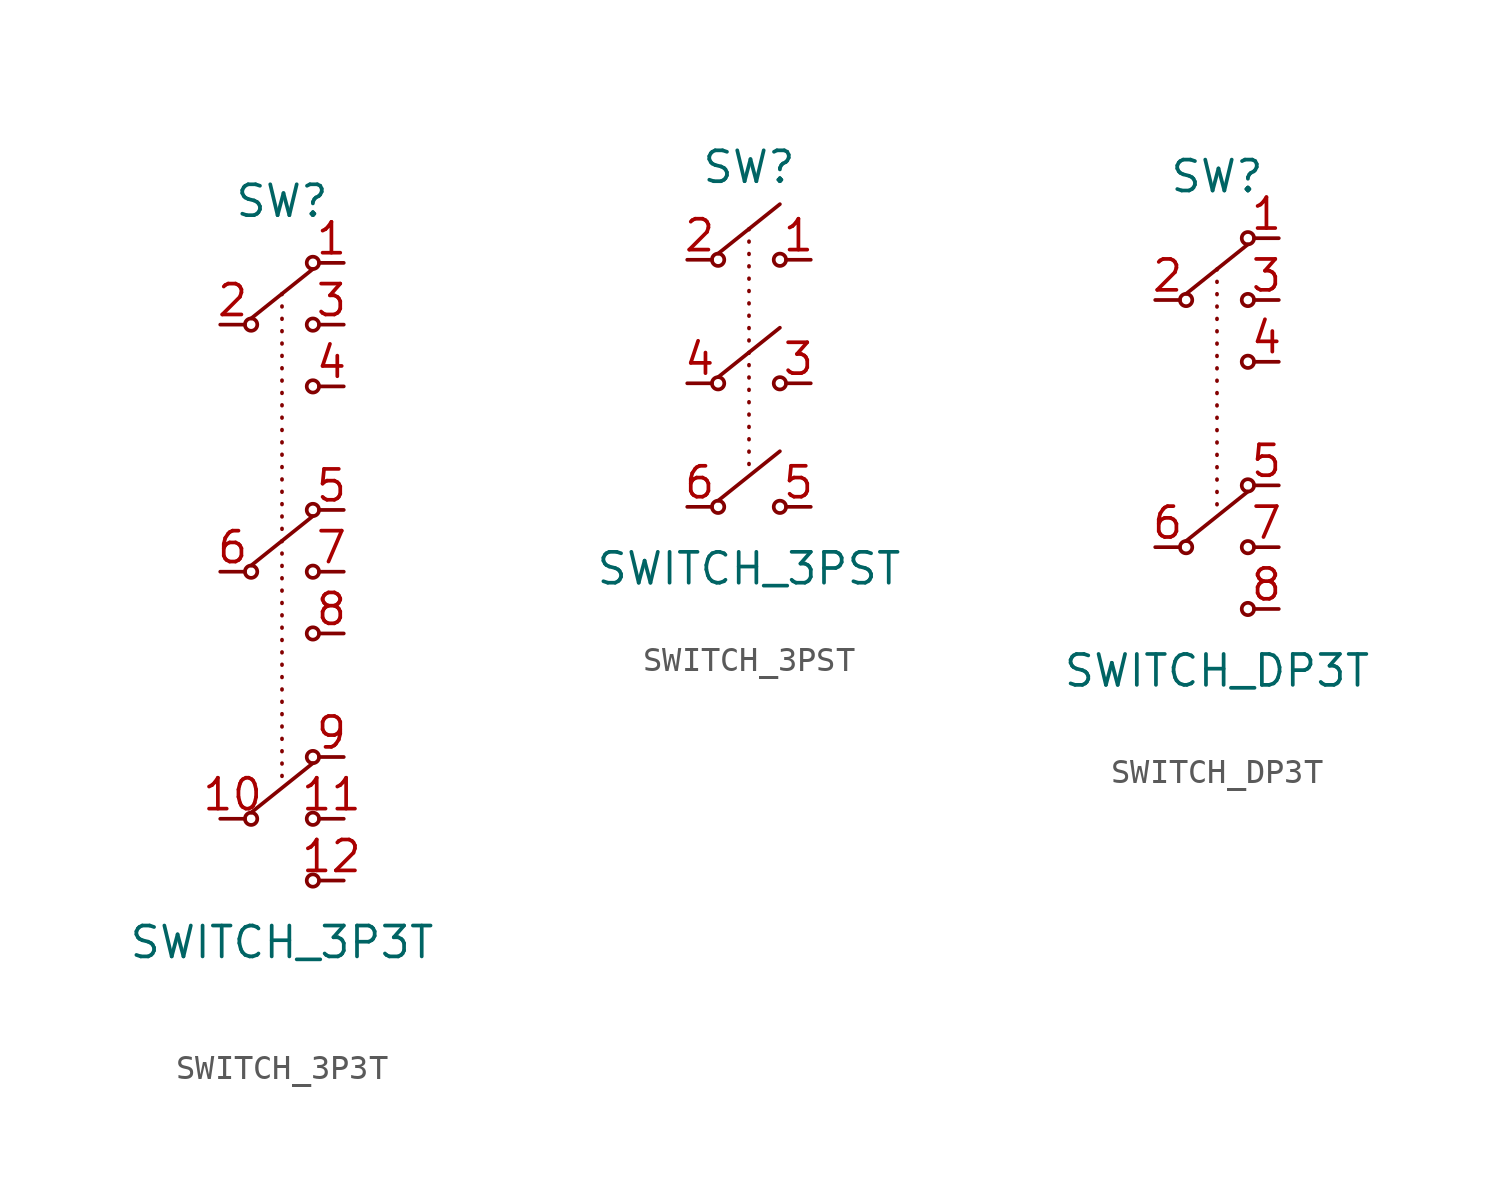
<source format=kicad_sym>
(kicad_symbol_lib
  (version 20211014)
  (generator agg_kicad.build_lib_switch)
  (symbol "SWITCH_3P3T"
    (pin_names hide)
    (property Reference SW
      (at 0 15.24 0)
      (effects (font (size 1.27 1.27))))
    (property Value "SWITCH_3P3T"
      (at 0 -15.24 0)
      (effects (font (size 1.27 1.27))))
    (polyline
      (pts (xy -1.27 10.414) (xy 1.27 12.446))
      (stroke (width 0) (type default) (color 0 0 0 0))
      (fill (type none)))
    (circle
      (center -1.27 10.16)
      (radius 0.254)
      (stroke (width 0) (type default) (color 0 0 0 0))
      (fill (type none)))
    (circle
      (center 1.27 12.7)
      (radius 0.254)
      (stroke (width 0) (type default) (color 0 0 0 0))
      (fill (type none)))
    (circle
      (center 1.27 10.16)
      (radius 0.254)
      (stroke (width 0) (type default) (color 0 0 0 0))
      (fill (type none)))
    (circle
      (center 1.27 7.62)
      (radius 0.254)
      (stroke (width 0) (type default) (color 0 0 0 0))
      (fill (type none)))
    (polyline
      (pts (xy -1.27 0.254) (xy 1.27 2.286))
      (stroke (width 0) (type default) (color 0 0 0 0))
      (fill (type none)))
    (circle
      (center -1.27 0)
      (radius 0.254)
      (stroke (width 0) (type default) (color 0 0 0 0))
      (fill (type none)))
    (circle
      (center 1.27 2.54)
      (radius 0.254)
      (stroke (width 0) (type default) (color 0 0 0 0))
      (fill (type none)))
    (circle
      (center 1.27 0)
      (radius 0.254)
      (stroke (width 0) (type default) (color 0 0 0 0))
      (fill (type none)))
    (circle
      (center 1.27 -2.54)
      (radius 0.254)
      (stroke (width 0) (type default) (color 0 0 0 0))
      (fill (type none)))
    (polyline
      (pts (xy -1.27 -9.906) (xy 1.27 -7.874))
      (stroke (width 0) (type default) (color 0 0 0 0))
      (fill (type none)))
    (circle
      (center -1.27 -10.16)
      (radius 0.254)
      (stroke (width 0) (type default) (color 0 0 0 0))
      (fill (type none)))
    (circle
      (center 1.27 -7.62)
      (radius 0.254)
      (stroke (width 0) (type default) (color 0 0 0 0))
      (fill (type none)))
    (circle
      (center 1.27 -10.16)
      (radius 0.254)
      (stroke (width 0) (type default) (color 0 0 0 0))
      (fill (type none)))
    (circle
      (center 1.27 -12.7)
      (radius 0.254)
      (stroke (width 0) (type default) (color 0 0 0 0))
      (fill (type none)))
    (polyline
      (pts (xy 0 11.43) (xy 0 11.303))
      (stroke (width 0) (type dot) (color 0 0 0 0))
      (fill (type none)))
    (polyline
      (pts (xy 0 10.922) (xy 0 10.795))
      (stroke (width 0) (type dot) (color 0 0 0 0))
      (fill (type none)))
    (polyline
      (pts (xy 0 10.414) (xy 0 10.287))
      (stroke (width 0) (type dot) (color 0 0 0 0))
      (fill (type none)))
    (polyline
      (pts (xy 0 9.906) (xy 0 9.779))
      (stroke (width 0) (type dot) (color 0 0 0 0))
      (fill (type none)))
    (polyline
      (pts (xy 0 9.398) (xy 0 9.271))
      (stroke (width 0) (type dot) (color 0 0 0 0))
      (fill (type none)))
    (polyline
      (pts (xy 0 8.89) (xy 0 8.763))
      (stroke (width 0) (type dot) (color 0 0 0 0))
      (fill (type none)))
    (polyline
      (pts (xy 0 8.382) (xy 0 8.255))
      (stroke (width 0) (type dot) (color 0 0 0 0))
      (fill (type none)))
    (polyline
      (pts (xy 0 7.874) (xy 0 7.747))
      (stroke (width 0) (type dot) (color 0 0 0 0))
      (fill (type none)))
    (polyline
      (pts (xy 0 7.366) (xy 0 7.239))
      (stroke (width 0) (type dot) (color 0 0 0 0))
      (fill (type none)))
    (polyline
      (pts (xy 0 6.858) (xy 0 6.731))
      (stroke (width 0) (type dot) (color 0 0 0 0))
      (fill (type none)))
    (polyline
      (pts (xy 0 6.35) (xy 0 6.223))
      (stroke (width 0) (type dot) (color 0 0 0 0))
      (fill (type none)))
    (polyline
      (pts (xy 0 5.842) (xy 0 5.715))
      (stroke (width 0) (type dot) (color 0 0 0 0))
      (fill (type none)))
    (polyline
      (pts (xy 0 5.334) (xy 0 5.207))
      (stroke (width 0) (type dot) (color 0 0 0 0))
      (fill (type none)))
    (polyline
      (pts (xy 0 4.826) (xy 0 4.699))
      (stroke (width 0) (type dot) (color 0 0 0 0))
      (fill (type none)))
    (polyline
      (pts (xy 0 4.318) (xy 0 4.191))
      (stroke (width 0) (type dot) (color 0 0 0 0))
      (fill (type none)))
    (polyline
      (pts (xy 0 3.81) (xy 0 3.683))
      (stroke (width 0) (type dot) (color 0 0 0 0))
      (fill (type none)))
    (polyline
      (pts (xy 0 3.302) (xy 0 3.175))
      (stroke (width 0) (type dot) (color 0 0 0 0))
      (fill (type none)))
    (polyline
      (pts (xy 0 2.794) (xy 0 2.667))
      (stroke (width 0) (type dot) (color 0 0 0 0))
      (fill (type none)))
    (polyline
      (pts (xy 0 2.286) (xy 0 2.159))
      (stroke (width 0) (type dot) (color 0 0 0 0))
      (fill (type none)))
    (polyline
      (pts (xy 0 1.778) (xy 0 1.651))
      (stroke (width 0) (type dot) (color 0 0 0 0))
      (fill (type none)))
    (polyline
      (pts (xy 0 1.27) (xy 0 1.143))
      (stroke (width 0) (type dot) (color 0 0 0 0))
      (fill (type none)))
    (polyline
      (pts (xy 0 0.762) (xy 0 0.635))
      (stroke (width 0) (type dot) (color 0 0 0 0))
      (fill (type none)))
    (polyline
      (pts (xy 0 0.254) (xy 0 0.127))
      (stroke (width 0) (type dot) (color 0 0 0 0))
      (fill (type none)))
    (polyline
      (pts (xy 0 -0.254) (xy 0 -0.381))
      (stroke (width 0) (type dot) (color 0 0 0 0))
      (fill (type none)))
    (polyline
      (pts (xy 0 -0.762) (xy 0 -0.889))
      (stroke (width 0) (type dot) (color 0 0 0 0))
      (fill (type none)))
    (polyline
      (pts (xy 0 -1.27) (xy 0 -1.397))
      (stroke (width 0) (type dot) (color 0 0 0 0))
      (fill (type none)))
    (polyline
      (pts (xy 0 -1.778) (xy 0 -1.905))
      (stroke (width 0) (type dot) (color 0 0 0 0))
      (fill (type none)))
    (polyline
      (pts (xy 0 -2.286) (xy 0 -2.413))
      (stroke (width 0) (type dot) (color 0 0 0 0))
      (fill (type none)))
    (polyline
      (pts (xy 0 -2.794) (xy 0 -2.921))
      (stroke (width 0) (type dot) (color 0 0 0 0))
      (fill (type none)))
    (polyline
      (pts (xy 0 -3.302) (xy 0 -3.429))
      (stroke (width 0) (type dot) (color 0 0 0 0))
      (fill (type none)))
    (polyline
      (pts (xy 0 -3.81) (xy 0 -3.937))
      (stroke (width 0) (type dot) (color 0 0 0 0))
      (fill (type none)))
    (polyline
      (pts (xy 0 -4.318) (xy 0 -4.445))
      (stroke (width 0) (type dot) (color 0 0 0 0))
      (fill (type none)))
    (polyline
      (pts (xy 0 -4.826) (xy 0 -4.953))
      (stroke (width 0) (type dot) (color 0 0 0 0))
      (fill (type none)))
    (polyline
      (pts (xy 0 -5.334) (xy 0 -5.461))
      (stroke (width 0) (type dot) (color 0 0 0 0))
      (fill (type none)))
    (polyline
      (pts (xy 0 -5.842) (xy 0 -5.969))
      (stroke (width 0) (type dot) (color 0 0 0 0))
      (fill (type none)))
    (polyline
      (pts (xy 0 -6.35) (xy 0 -6.477))
      (stroke (width 0) (type dot) (color 0 0 0 0))
      (fill (type none)))
    (polyline
      (pts (xy 0 -6.858) (xy 0 -6.985))
      (stroke (width 0) (type dot) (color 0 0 0 0))
      (fill (type none)))
    (polyline
      (pts (xy 0 -7.366) (xy 0 -7.493))
      (stroke (width 0) (type dot) (color 0 0 0 0))
      (fill (type none)))
    (polyline
      (pts (xy 0 -7.874) (xy 0 -8.001))
      (stroke (width 0) (type dot) (color 0 0 0 0))
      (fill (type none)))
    (polyline
      (pts (xy 0 -8.382) (xy 0 -8.509))
      (stroke (width 0) (type dot) (color 0 0 0 0))
      (fill (type none)))
    (pin passive line
      (at -2.54 10.16 0)
      (length 1.016)
      (name "" (effects (font (size 1.27 1.27))))
      (number "2" (effects (font (size 1.27 1.27)))))
    (pin passive line
      (at 2.54 12.7 180)
      (length 1.016)
      (name "" (effects (font (size 1.27 1.27))))
      (number "1" (effects (font (size 1.27 1.27)))))
    (pin passive line
      (at 2.54 10.16 180)
      (length 1.016)
      (name "" (effects (font (size 1.27 1.27))))
      (number "3" (effects (font (size 1.27 1.27)))))
    (pin passive line
      (at 2.54 7.62 180)
      (length 1.016)
      (name "" (effects (font (size 1.27 1.27))))
      (number "4" (effects (font (size 1.27 1.27)))))
    (pin passive line
      (at -2.54 0 0)
      (length 1.016)
      (name "" (effects (font (size 1.27 1.27))))
      (number "6" (effects (font (size 1.27 1.27)))))
    (pin passive line
      (at 2.54 2.54 180)
      (length 1.016)
      (name "" (effects (font (size 1.27 1.27))))
      (number "5" (effects (font (size 1.27 1.27)))))
    (pin passive line
      (at 2.54 0 180)
      (length 1.016)
      (name "" (effects (font (size 1.27 1.27))))
      (number "7" (effects (font (size 1.27 1.27)))))
    (pin passive line
      (at 2.54 -2.54 180)
      (length 1.016)
      (name "" (effects (font (size 1.27 1.27))))
      (number "8" (effects (font (size 1.27 1.27)))))
    (pin passive line
      (at -2.54 -10.16 0)
      (length 1.016)
      (name "" (effects (font (size 1.27 1.27))))
      (number "10" (effects (font (size 1.27 1.27)))))
    (pin passive line
      (at 2.54 -7.62 180)
      (length 1.016)
      (name "" (effects (font (size 1.27 1.27))))
      (number "9" (effects (font (size 1.27 1.27)))))
    (pin passive line
      (at 2.54 -10.16 180)
      (length 1.016)
      (name "" (effects (font (size 1.27 1.27))))
      (number "11" (effects (font (size 1.27 1.27)))))
    (pin passive line
      (at 2.54 -12.7 180)
      (length 1.016)
      (name "" (effects (font (size 1.27 1.27))))
      (number "12" (effects (font (size 1.27 1.27))))))
  (symbol "SWITCH_3PST"
    (pin_names hide)
    (property Reference SW
      (at 0 8.89 0)
      (effects (font (size 1.27 1.27))))
    (property Value "SWITCH_3PST"
      (at 0 -7.62 0)
      (effects (font (size 1.27 1.27))))
    (polyline
      (pts (xy -1.27 5.334) (xy 1.27 7.366))
      (stroke (width 0) (type default) (color 0 0 0 0))
      (fill (type none)))
    (circle
      (center -1.27 5.08)
      (radius 0.254)
      (stroke (width 0) (type default) (color 0 0 0 0))
      (fill (type none)))
    (circle
      (center 1.27 5.08)
      (radius 0.254)
      (stroke (width 0) (type default) (color 0 0 0 0))
      (fill (type none)))
    (polyline
      (pts (xy -1.27 0.254) (xy 1.27 2.286))
      (stroke (width 0) (type default) (color 0 0 0 0))
      (fill (type none)))
    (circle
      (center -1.27 0)
      (radius 0.254)
      (stroke (width 0) (type default) (color 0 0 0 0))
      (fill (type none)))
    (circle
      (center 1.27 0)
      (radius 0.254)
      (stroke (width 0) (type default) (color 0 0 0 0))
      (fill (type none)))
    (polyline
      (pts (xy -1.27 -4.826) (xy 1.27 -2.794))
      (stroke (width 0) (type default) (color 0 0 0 0))
      (fill (type none)))
    (circle
      (center -1.27 -5.08)
      (radius 0.254)
      (stroke (width 0) (type default) (color 0 0 0 0))
      (fill (type none)))
    (circle
      (center 1.27 -5.08)
      (radius 0.254)
      (stroke (width 0) (type default) (color 0 0 0 0))
      (fill (type none)))
    (polyline
      (pts (xy 0 6.35) (xy 0 6.223))
      (stroke (width 0) (type dot) (color 0 0 0 0))
      (fill (type none)))
    (polyline
      (pts (xy 0 5.842) (xy 0 5.715))
      (stroke (width 0) (type dot) (color 0 0 0 0))
      (fill (type none)))
    (polyline
      (pts (xy 0 5.334) (xy 0 5.207))
      (stroke (width 0) (type dot) (color 0 0 0 0))
      (fill (type none)))
    (polyline
      (pts (xy 0 4.826) (xy 0 4.699))
      (stroke (width 0) (type dot) (color 0 0 0 0))
      (fill (type none)))
    (polyline
      (pts (xy 0 4.318) (xy 0 4.191))
      (stroke (width 0) (type dot) (color 0 0 0 0))
      (fill (type none)))
    (polyline
      (pts (xy 0 3.81) (xy 0 3.683))
      (stroke (width 0) (type dot) (color 0 0 0 0))
      (fill (type none)))
    (polyline
      (pts (xy 0 3.302) (xy 0 3.175))
      (stroke (width 0) (type dot) (color 0 0 0 0))
      (fill (type none)))
    (polyline
      (pts (xy 0 2.794) (xy 0 2.667))
      (stroke (width 0) (type dot) (color 0 0 0 0))
      (fill (type none)))
    (polyline
      (pts (xy 0 2.286) (xy 0 2.159))
      (stroke (width 0) (type dot) (color 0 0 0 0))
      (fill (type none)))
    (polyline
      (pts (xy 0 1.778) (xy 0 1.651))
      (stroke (width 0) (type dot) (color 0 0 0 0))
      (fill (type none)))
    (polyline
      (pts (xy 0 1.27) (xy 0 1.143))
      (stroke (width 0) (type dot) (color 0 0 0 0))
      (fill (type none)))
    (polyline
      (pts (xy 0 0.762) (xy 0 0.635))
      (stroke (width 0) (type dot) (color 0 0 0 0))
      (fill (type none)))
    (polyline
      (pts (xy 0 0.254) (xy 0 0.127))
      (stroke (width 0) (type dot) (color 0 0 0 0))
      (fill (type none)))
    (polyline
      (pts (xy 0 -0.254) (xy 0 -0.381))
      (stroke (width 0) (type dot) (color 0 0 0 0))
      (fill (type none)))
    (polyline
      (pts (xy 0 -0.762) (xy 0 -0.889))
      (stroke (width 0) (type dot) (color 0 0 0 0))
      (fill (type none)))
    (polyline
      (pts (xy 0 -1.27) (xy 0 -1.397))
      (stroke (width 0) (type dot) (color 0 0 0 0))
      (fill (type none)))
    (polyline
      (pts (xy 0 -1.778) (xy 0 -1.905))
      (stroke (width 0) (type dot) (color 0 0 0 0))
      (fill (type none)))
    (polyline
      (pts (xy 0 -2.286) (xy 0 -2.413))
      (stroke (width 0) (type dot) (color 0 0 0 0))
      (fill (type none)))
    (polyline
      (pts (xy 0 -2.794) (xy 0 -2.921))
      (stroke (width 0) (type dot) (color 0 0 0 0))
      (fill (type none)))
    (polyline
      (pts (xy 0 -3.302) (xy 0 -3.429))
      (stroke (width 0) (type dot) (color 0 0 0 0))
      (fill (type none)))
    (pin passive line
      (at -2.54 5.08 0)
      (length 1.016)
      (name "" (effects (font (size 1.27 1.27))))
      (number "2" (effects (font (size 1.27 1.27)))))
    (pin passive line
      (at 2.54 5.08 180)
      (length 1.016)
      (name "" (effects (font (size 1.27 1.27))))
      (number "1" (effects (font (size 1.27 1.27)))))
    (pin passive line
      (at -2.54 0 0)
      (length 1.016)
      (name "" (effects (font (size 1.27 1.27))))
      (number "4" (effects (font (size 1.27 1.27)))))
    (pin passive line
      (at 2.54 0 180)
      (length 1.016)
      (name "" (effects (font (size 1.27 1.27))))
      (number "3" (effects (font (size 1.27 1.27)))))
    (pin passive line
      (at -2.54 -5.08 0)
      (length 1.016)
      (name "" (effects (font (size 1.27 1.27))))
      (number "6" (effects (font (size 1.27 1.27)))))
    (pin passive line
      (at 2.54 -5.08 180)
      (length 1.016)
      (name "" (effects (font (size 1.27 1.27))))
      (number "5" (effects (font (size 1.27 1.27))))))
  (symbol "SWITCH_DP3T"
    (pin_names hide)
    (property Reference SW
      (at 0 10.16 0)
      (effects (font (size 1.27 1.27))))
    (property Value "SWITCH_DP3T"
      (at 0 -10.16 0)
      (effects (font (size 1.27 1.27))))
    (polyline
      (pts (xy -1.27 5.334) (xy 1.27 7.366))
      (stroke (width 0) (type default) (color 0 0 0 0))
      (fill (type none)))
    (circle
      (center -1.27 5.08)
      (radius 0.254)
      (stroke (width 0) (type default) (color 0 0 0 0))
      (fill (type none)))
    (circle
      (center 1.27 7.62)
      (radius 0.254)
      (stroke (width 0) (type default) (color 0 0 0 0))
      (fill (type none)))
    (circle
      (center 1.27 5.08)
      (radius 0.254)
      (stroke (width 0) (type default) (color 0 0 0 0))
      (fill (type none)))
    (circle
      (center 1.27 2.54)
      (radius 0.254)
      (stroke (width 0) (type default) (color 0 0 0 0))
      (fill (type none)))
    (polyline
      (pts (xy -1.27 -4.826) (xy 1.27 -2.794))
      (stroke (width 0) (type default) (color 0 0 0 0))
      (fill (type none)))
    (circle
      (center -1.27 -5.08)
      (radius 0.254)
      (stroke (width 0) (type default) (color 0 0 0 0))
      (fill (type none)))
    (circle
      (center 1.27 -2.54)
      (radius 0.254)
      (stroke (width 0) (type default) (color 0 0 0 0))
      (fill (type none)))
    (circle
      (center 1.27 -5.08)
      (radius 0.254)
      (stroke (width 0) (type default) (color 0 0 0 0))
      (fill (type none)))
    (circle
      (center 1.27 -7.62)
      (radius 0.254)
      (stroke (width 0) (type default) (color 0 0 0 0))
      (fill (type none)))
    (polyline
      (pts (xy 0 6.35) (xy 0 6.223))
      (stroke (width 0) (type dot) (color 0 0 0 0))
      (fill (type none)))
    (polyline
      (pts (xy 0 5.842) (xy 0 5.715))
      (stroke (width 0) (type dot) (color 0 0 0 0))
      (fill (type none)))
    (polyline
      (pts (xy 0 5.334) (xy 0 5.207))
      (stroke (width 0) (type dot) (color 0 0 0 0))
      (fill (type none)))
    (polyline
      (pts (xy 0 4.826) (xy 0 4.699))
      (stroke (width 0) (type dot) (color 0 0 0 0))
      (fill (type none)))
    (polyline
      (pts (xy 0 4.318) (xy 0 4.191))
      (stroke (width 0) (type dot) (color 0 0 0 0))
      (fill (type none)))
    (polyline
      (pts (xy 0 3.81) (xy 0 3.683))
      (stroke (width 0) (type dot) (color 0 0 0 0))
      (fill (type none)))
    (polyline
      (pts (xy 0 3.302) (xy 0 3.175))
      (stroke (width 0) (type dot) (color 0 0 0 0))
      (fill (type none)))
    (polyline
      (pts (xy 0 2.794) (xy 0 2.667))
      (stroke (width 0) (type dot) (color 0 0 0 0))
      (fill (type none)))
    (polyline
      (pts (xy 0 2.286) (xy 0 2.159))
      (stroke (width 0) (type dot) (color 0 0 0 0))
      (fill (type none)))
    (polyline
      (pts (xy 0 1.778) (xy 0 1.651))
      (stroke (width 0) (type dot) (color 0 0 0 0))
      (fill (type none)))
    (polyline
      (pts (xy 0 1.27) (xy 0 1.143))
      (stroke (width 0) (type dot) (color 0 0 0 0))
      (fill (type none)))
    (polyline
      (pts (xy 0 0.762) (xy 0 0.635))
      (stroke (width 0) (type dot) (color 0 0 0 0))
      (fill (type none)))
    (polyline
      (pts (xy 0 0.254) (xy 0 0.127))
      (stroke (width 0) (type dot) (color 0 0 0 0))
      (fill (type none)))
    (polyline
      (pts (xy 0 -0.254) (xy 0 -0.381))
      (stroke (width 0) (type dot) (color 0 0 0 0))
      (fill (type none)))
    (polyline
      (pts (xy 0 -0.762) (xy 0 -0.889))
      (stroke (width 0) (type dot) (color 0 0 0 0))
      (fill (type none)))
    (polyline
      (pts (xy 0 -1.27) (xy 0 -1.397))
      (stroke (width 0) (type dot) (color 0 0 0 0))
      (fill (type none)))
    (polyline
      (pts (xy 0 -1.778) (xy 0 -1.905))
      (stroke (width 0) (type dot) (color 0 0 0 0))
      (fill (type none)))
    (polyline
      (pts (xy 0 -2.286) (xy 0 -2.413))
      (stroke (width 0) (type dot) (color 0 0 0 0))
      (fill (type none)))
    (polyline
      (pts (xy 0 -2.794) (xy 0 -2.921))
      (stroke (width 0) (type dot) (color 0 0 0 0))
      (fill (type none)))
    (polyline
      (pts (xy 0 -3.302) (xy 0 -3.429))
      (stroke (width 0) (type dot) (color 0 0 0 0))
      (fill (type none)))
    (pin passive line
      (at -2.54 5.08 0)
      (length 1.016)
      (name "" (effects (font (size 1.27 1.27))))
      (number "2" (effects (font (size 1.27 1.27)))))
    (pin passive line
      (at 2.54 7.62 180)
      (length 1.016)
      (name "" (effects (font (size 1.27 1.27))))
      (number "1" (effects (font (size 1.27 1.27)))))
    (pin passive line
      (at 2.54 5.08 180)
      (length 1.016)
      (name "" (effects (font (size 1.27 1.27))))
      (number "3" (effects (font (size 1.27 1.27)))))
    (pin passive line
      (at 2.54 2.54 180)
      (length 1.016)
      (name "" (effects (font (size 1.27 1.27))))
      (number "4" (effects (font (size 1.27 1.27)))))
    (pin passive line
      (at -2.54 -5.08 0)
      (length 1.016)
      (name "" (effects (font (size 1.27 1.27))))
      (number "6" (effects (font (size 1.27 1.27)))))
    (pin passive line
      (at 2.54 -2.54 180)
      (length 1.016)
      (name "" (effects (font (size 1.27 1.27))))
      (number "5" (effects (font (size 1.27 1.27)))))
    (pin passive line
      (at 2.54 -5.08 180)
      (length 1.016)
      (name "" (effects (font (size 1.27 1.27))))
      (number "7" (effects (font (size 1.27 1.27)))))
    (pin passive line
      (at 2.54 -7.62 180)
      (length 1.016)
      (name "" (effects (font (size 1.27 1.27))))
      (number "8" (effects (font (size 1.27 1.27)))))))
</source>
